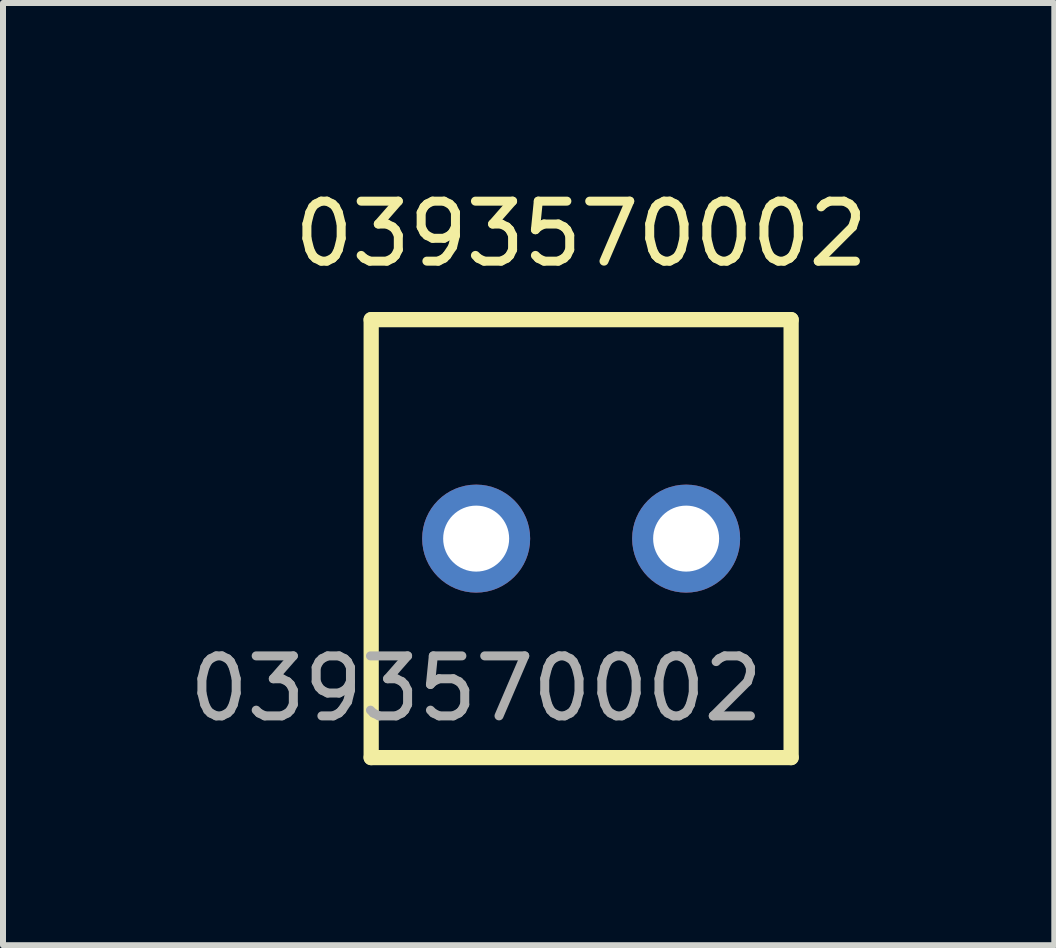
<source format=kicad_pcb>
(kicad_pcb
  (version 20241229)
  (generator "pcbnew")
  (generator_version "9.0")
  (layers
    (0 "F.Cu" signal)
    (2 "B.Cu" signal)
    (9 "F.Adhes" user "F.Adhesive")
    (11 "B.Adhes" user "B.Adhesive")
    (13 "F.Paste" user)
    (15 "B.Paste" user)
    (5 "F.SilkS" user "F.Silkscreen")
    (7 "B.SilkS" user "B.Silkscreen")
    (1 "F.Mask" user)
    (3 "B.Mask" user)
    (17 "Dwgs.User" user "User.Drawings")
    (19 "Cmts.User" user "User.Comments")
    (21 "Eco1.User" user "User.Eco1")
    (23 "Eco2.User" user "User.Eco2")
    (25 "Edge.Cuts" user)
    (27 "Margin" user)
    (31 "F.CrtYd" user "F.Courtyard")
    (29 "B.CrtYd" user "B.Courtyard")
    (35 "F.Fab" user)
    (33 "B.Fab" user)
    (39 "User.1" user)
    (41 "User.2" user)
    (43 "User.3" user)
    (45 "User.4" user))
  (footprint "0393570002"
    (layer "F.Cu")
    (at 4.887 5.928)
    (property "Reference" "0393570002" (at 1.75 -5.08 0) (unlocked yes) (layer "F.SilkS") (effects (font (size 1 1) (thickness 0.15))))
    (attr through_hole)
    (fp_line (start -1.75 -3.65) (end -1.75 3.65) (stroke (width 0.254) (type solid)) (layer "F.SilkS"))
    (fp_line (start -1.75 -3.65) (end 5.25 -3.65) (stroke (width 0.254) (type solid)) (layer "F.SilkS"))
    (fp_line (start -1.75 3.65) (end 5.25 3.65) (stroke (width 0.254) (type solid)) (layer "F.SilkS"))
    (fp_line (start 5.25 -3.65) (end 5.25 3.65) (stroke (width 0.254) (type solid)) (layer "F.SilkS"))
    (fp_text user "${REFERENCE}" (at 0 2.5 0) (unlocked yes) (layer "F.Fab") (effects (font (size 1 1) (thickness 0.15))))
    (pad "1" thru_hole circle (at 0 0) (size 1.8 1.8) (drill 1.1) (layers "*.Cu" "*.Mask"))
    (pad "2" thru_hole circle (at 3.5 0) (size 1.8 1.8) (drill 1.1) (layers "*.Cu" "*.Mask")))
  (gr_rect
    (start -3 -3)
    (end 14.524 12.705)
    (stroke (width 0.1) (type default))
    (fill no)
    (layer "Edge.Cuts")))
</source>
